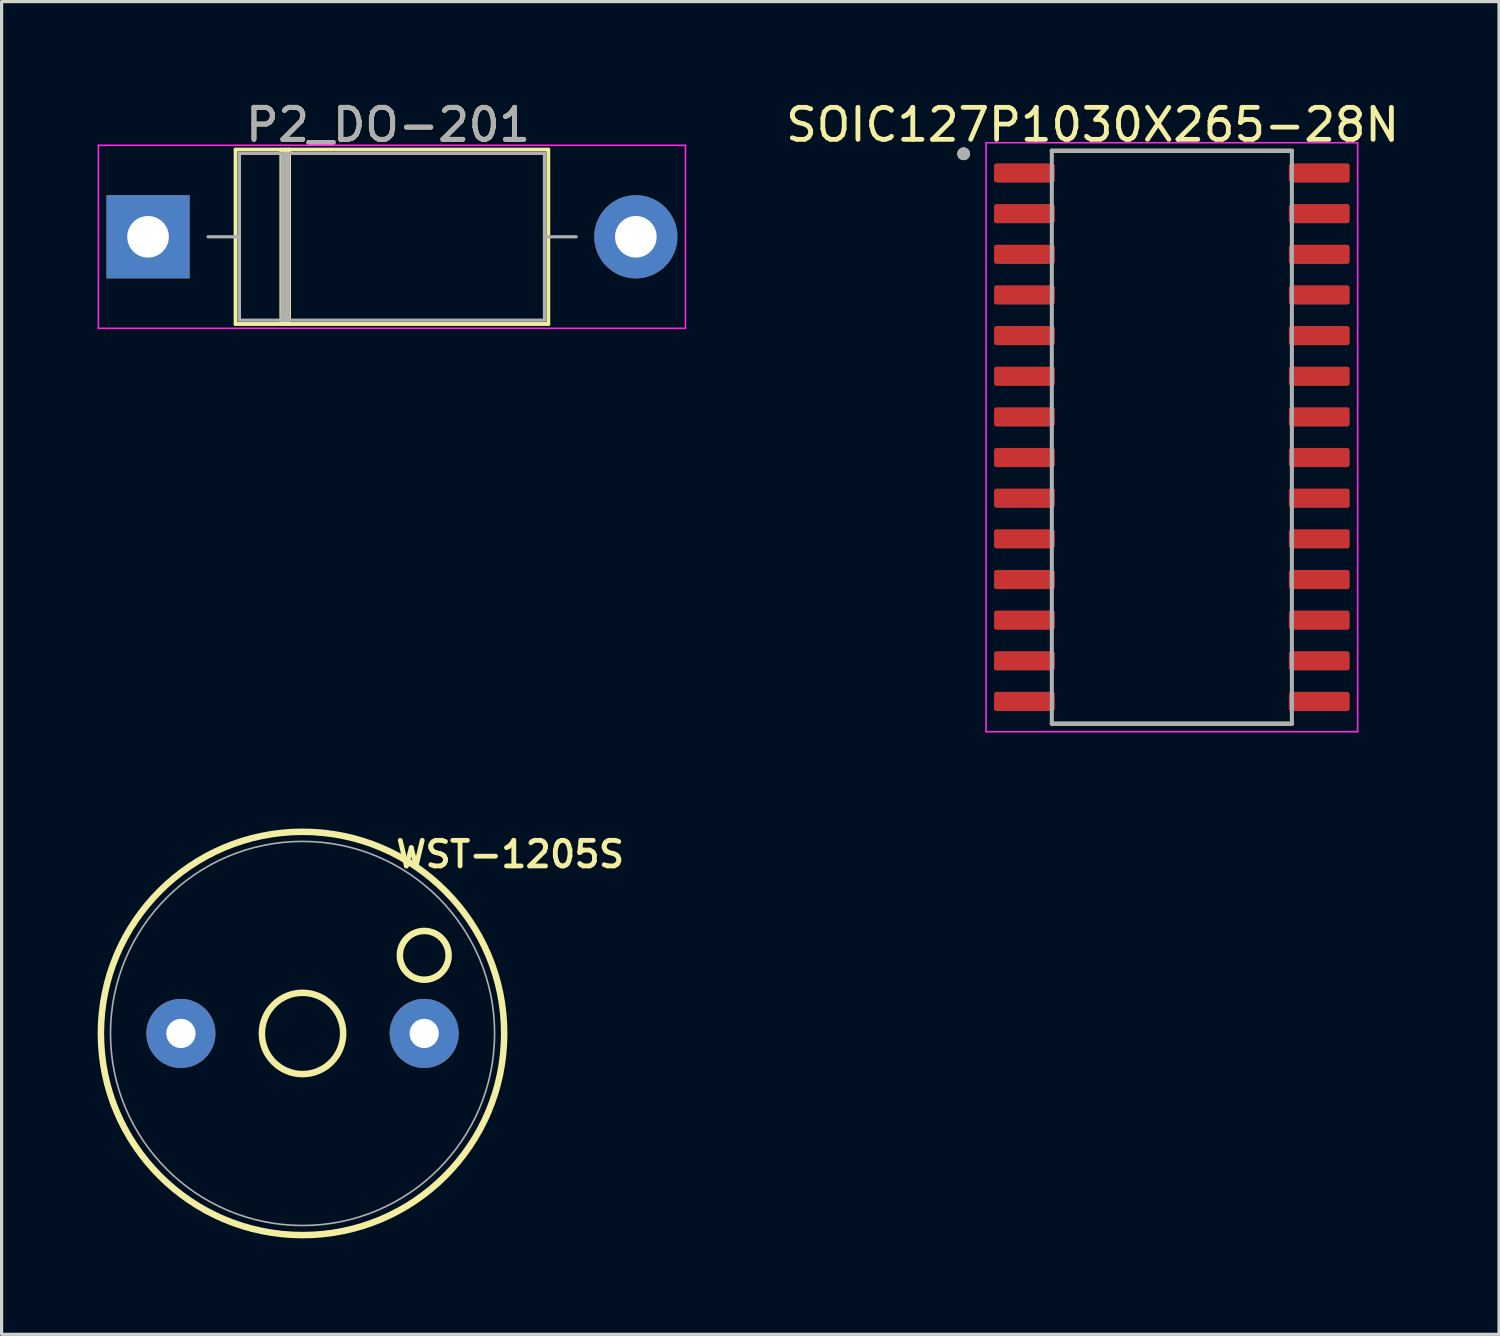
<source format=kicad_pcb>
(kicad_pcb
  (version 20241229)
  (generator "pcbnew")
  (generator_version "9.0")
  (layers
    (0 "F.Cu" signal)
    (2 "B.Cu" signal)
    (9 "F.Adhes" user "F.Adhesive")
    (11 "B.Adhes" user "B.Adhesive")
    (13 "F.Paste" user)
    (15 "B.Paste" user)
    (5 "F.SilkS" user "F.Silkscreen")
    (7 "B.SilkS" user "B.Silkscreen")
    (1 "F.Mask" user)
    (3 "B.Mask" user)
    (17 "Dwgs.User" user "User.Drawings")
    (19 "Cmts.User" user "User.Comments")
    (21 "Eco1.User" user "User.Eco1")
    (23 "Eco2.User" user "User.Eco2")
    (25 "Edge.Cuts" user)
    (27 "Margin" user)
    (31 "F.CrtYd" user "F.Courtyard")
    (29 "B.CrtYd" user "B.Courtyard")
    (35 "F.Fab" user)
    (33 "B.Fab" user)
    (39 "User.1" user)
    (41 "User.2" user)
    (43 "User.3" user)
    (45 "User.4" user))
  (footprint "WST-1205S"
    (layer "F.Cu")
    (at 6.402 29.237)
    (property "Reference" "WST-1205S" (at 6.486 -5.596 0) (layer "F.SilkS") (effects (font (size 0.801 0.801) (thickness 0.15))))
    (attr through_hole)
    (fp_circle (center 0 0) (end 1.27 0) (stroke (width 0.203) (type solid)) (fill no) (layer "F.SilkS"))
    (fp_circle (center 0 0) (end 6.3 0) (stroke (width 0.203) (type solid)) (fill no) (layer "F.SilkS"))
    (fp_circle (center 3.802 -2.44) (end 4.564 -2.44) (stroke (width 0.203) (type solid)) (fill no) (layer "F.SilkS"))
    (fp_circle (center 0 0) (end 6 0) (stroke (width 0.051) (type solid)) (fill no) (layer "F.Fab"))
    (pad "1" thru_hole circle (at 3.8 0) (size 2.159 2.159) (drill 0.914) (layers "*.Cu" "*.Mask"))
    (pad "2" thru_hole circle (at -3.8 0) (size 2.159 2.159) (drill 0.914) (layers "*.Cu" "*.Mask")))
  (footprint "SOIC127P1030X265-28N"
    (layer "F.Cu")
    (at 33.561 10.61)
    (property "Reference" "SOIC127P1030X265-28N" (at -2.475 -9.762 0) (layer "F.SilkS") (effects (font (size 1 1) (thickness 0.15))))
    (attr smd)
    (fp_line (start -3.75 -8.95) (end 3.75 -8.95) (stroke (width 0.127) (type solid)) (layer "F.SilkS"))
    (fp_line (start -3.75 8.95) (end 3.75 8.95) (stroke (width 0.127) (type solid)) (layer "F.SilkS"))
    (fp_circle (center -6.505 -8.855) (end -6.405 -8.855) (stroke (width 0.2) (type solid)) (fill no) (layer "F.SilkS"))
    (fp_line (start -5.805 -9.2) (end -5.805 9.2) (stroke (width 0.05) (type solid)) (layer "F.CrtYd"))
    (fp_line (start -5.805 -9.2) (end 5.805 -9.2) (stroke (width 0.05) (type solid)) (layer "F.CrtYd"))
    (fp_line (start -5.805 9.2) (end 5.805 9.2) (stroke (width 0.05) (type solid)) (layer "F.CrtYd"))
    (fp_line (start 5.805 -9.2) (end 5.805 9.2) (stroke (width 0.05) (type solid)) (layer "F.CrtYd"))
    (fp_line (start -3.75 -8.95) (end -3.75 8.95) (stroke (width 0.127) (type solid)) (layer "F.Fab"))
    (fp_line (start -3.75 -8.95) (end 3.75 -8.95) (stroke (width 0.127) (type solid)) (layer "F.Fab"))
    (fp_line (start -3.75 8.95) (end 3.75 8.95) (stroke (width 0.127) (type solid)) (layer "F.Fab"))
    (fp_line (start 3.75 -8.95) (end 3.75 8.95) (stroke (width 0.127) (type solid)) (layer "F.Fab"))
    (fp_circle (center -6.505 -8.855) (end -6.405 -8.855) (stroke (width 0.2) (type solid)) (fill no) (layer "F.Fab"))
    (pad "1" smd roundrect (at -4.605 -8.255) (size 1.9 0.6) (layers "F.Cu" "F.Mask" "F.Paste") (roundrect_rratio 0.125))
    (pad "2" smd roundrect (at -4.605 -6.985) (size 1.9 0.6) (layers "F.Cu" "F.Mask" "F.Paste") (roundrect_rratio 0.125))
    (pad "3" smd roundrect (at -4.605 -5.715) (size 1.9 0.6) (layers "F.Cu" "F.Mask" "F.Paste") (roundrect_rratio 0.125))
    (pad "4" smd roundrect (at -4.605 -4.445) (size 1.9 0.6) (layers "F.Cu" "F.Mask" "F.Paste") (roundrect_rratio 0.125))
    (pad "5" smd roundrect (at -4.605 -3.175) (size 1.9 0.6) (layers "F.Cu" "F.Mask" "F.Paste") (roundrect_rratio 0.125))
    (pad "6" smd roundrect (at -4.605 -1.905) (size 1.9 0.6) (layers "F.Cu" "F.Mask" "F.Paste") (roundrect_rratio 0.125))
    (pad "7" smd roundrect (at -4.605 -0.635) (size 1.9 0.6) (layers "F.Cu" "F.Mask" "F.Paste") (roundrect_rratio 0.125))
    (pad "8" smd roundrect (at -4.605 0.635) (size 1.9 0.6) (layers "F.Cu" "F.Mask" "F.Paste") (roundrect_rratio 0.125))
    (pad "9" smd roundrect (at -4.605 1.905) (size 1.9 0.6) (layers "F.Cu" "F.Mask" "F.Paste") (roundrect_rratio 0.125))
    (pad "10" smd roundrect (at -4.605 3.175) (size 1.9 0.6) (layers "F.Cu" "F.Mask" "F.Paste") (roundrect_rratio 0.125))
    (pad "11" smd roundrect (at -4.605 4.445) (size 1.9 0.6) (layers "F.Cu" "F.Mask" "F.Paste") (roundrect_rratio 0.125))
    (pad "12" smd roundrect (at -4.605 5.715) (size 1.9 0.6) (layers "F.Cu" "F.Mask" "F.Paste") (roundrect_rratio 0.125))
    (pad "13" smd roundrect (at -4.605 6.985) (size 1.9 0.6) (layers "F.Cu" "F.Mask" "F.Paste") (roundrect_rratio 0.125))
    (pad "14" smd roundrect (at -4.605 8.255) (size 1.9 0.6) (layers "F.Cu" "F.Mask" "F.Paste") (roundrect_rratio 0.125))
    (pad "15" smd roundrect (at 4.605 8.255) (size 1.9 0.6) (layers "F.Cu" "F.Mask" "F.Paste") (roundrect_rratio 0.125))
    (pad "16" smd roundrect (at 4.605 6.985) (size 1.9 0.6) (layers "F.Cu" "F.Mask" "F.Paste") (roundrect_rratio 0.125))
    (pad "17" smd roundrect (at 4.605 5.715) (size 1.9 0.6) (layers "F.Cu" "F.Mask" "F.Paste") (roundrect_rratio 0.125))
    (pad "18" smd roundrect (at 4.605 4.445) (size 1.9 0.6) (layers "F.Cu" "F.Mask" "F.Paste") (roundrect_rratio 0.125))
    (pad "19" smd roundrect (at 4.605 3.175) (size 1.9 0.6) (layers "F.Cu" "F.Mask" "F.Paste") (roundrect_rratio 0.125))
    (pad "20" smd roundrect (at 4.605 1.905) (size 1.9 0.6) (layers "F.Cu" "F.Mask" "F.Paste") (roundrect_rratio 0.125))
    (pad "21" smd roundrect (at 4.605 0.635) (size 1.9 0.6) (layers "F.Cu" "F.Mask" "F.Paste") (roundrect_rratio 0.125))
    (pad "22" smd roundrect (at 4.605 -0.635) (size 1.9 0.6) (layers "F.Cu" "F.Mask" "F.Paste") (roundrect_rratio 0.125))
    (pad "23" smd roundrect (at 4.605 -1.905) (size 1.9 0.6) (layers "F.Cu" "F.Mask" "F.Paste") (roundrect_rratio 0.125))
    (pad "24" smd roundrect (at 4.605 -3.175) (size 1.9 0.6) (layers "F.Cu" "F.Mask" "F.Paste") (roundrect_rratio 0.125))
    (pad "25" smd roundrect (at 4.605 -4.445) (size 1.9 0.6) (layers "F.Cu" "F.Mask" "F.Paste") (roundrect_rratio 0.125))
    (pad "26" smd roundrect (at 4.605 -5.715) (size 1.9 0.6) (layers "F.Cu" "F.Mask" "F.Paste") (roundrect_rratio 0.125))
    (pad "27" smd roundrect (at 4.605 -6.985) (size 1.9 0.6) (layers "F.Cu" "F.Mask" "F.Paste") (roundrect_rratio 0.125))
    (pad "28" smd roundrect (at 4.605 -8.255) (size 1.9 0.6) (layers "F.Cu" "F.Mask" "F.Paste") (roundrect_rratio 0.125)))
  (footprint "P2_DO-201"
    (layer "F.Cu")
    (at 1.575 4.348)
    (property "Reference" "P2_DO-201" (at 7.5 -3.5 0) (layer "F.SilkS") (effects (font (size 1 1) (thickness 0.15))))
    (attr through_hole)
    (fp_line (start 2.735 -2.725) (end 2.735 2.725) (stroke (width 0.12) (type solid)) (layer "F.SilkS"))
    (fp_line (start 2.735 2.725) (end 12.505 2.725) (stroke (width 0.12) (type solid)) (layer "F.SilkS"))
    (fp_line (start 4.165 -2.725) (end 4.165 2.725) (stroke (width 0.12) (type solid)) (layer "F.SilkS"))
    (fp_line (start 4.285 -2.725) (end 4.285 2.725) (stroke (width 0.12) (type solid)) (layer "F.SilkS"))
    (fp_line (start 4.404 -2.725) (end 4.404 2.725) (stroke (width 0.12) (type solid)) (layer "F.SilkS"))
    (fp_line (start 12.505 -2.725) (end 2.735 -2.725) (stroke (width 0.12) (type solid)) (layer "F.SilkS"))
    (fp_line (start 12.505 -2.725) (end 12.505 2.725) (stroke (width 0.12) (type solid)) (layer "F.SilkS"))
    (fp_line (start -1.55 -2.86) (end -1.55 2.86) (stroke (width 0.05) (type solid)) (layer "F.CrtYd"))
    (fp_line (start -1.55 2.86) (end 16.79 2.86) (stroke (width 0.05) (type solid)) (layer "F.CrtYd"))
    (fp_line (start 16.79 -2.86) (end -1.55 -2.86) (stroke (width 0.05) (type solid)) (layer "F.CrtYd"))
    (fp_line (start 16.79 2.86) (end 16.79 -2.86) (stroke (width 0.05) (type solid)) (layer "F.CrtYd"))
    (fp_line (start 1.875 0) (end 2.855 0) (stroke (width 0.1) (type solid)) (layer "F.Fab"))
    (fp_line (start 2.855 -2.605) (end 2.855 2.605) (stroke (width 0.1) (type solid)) (layer "F.Fab"))
    (fp_line (start 2.855 2.605) (end 12.385 2.605) (stroke (width 0.1) (type solid)) (layer "F.Fab"))
    (fp_line (start 4.184 -2.605) (end 4.184 2.605) (stroke (width 0.1) (type solid)) (layer "F.Fab"))
    (fp_line (start 4.285 -2.605) (end 4.285 2.605) (stroke (width 0.1) (type solid)) (layer "F.Fab"))
    (fp_line (start 4.385 -2.605) (end 4.385 2.605) (stroke (width 0.1) (type solid)) (layer "F.Fab"))
    (fp_line (start 12.385 -2.605) (end 2.855 -2.605) (stroke (width 0.1) (type solid)) (layer "F.Fab"))
    (fp_line (start 12.385 2.605) (end 12.385 -2.605) (stroke (width 0.1) (type solid)) (layer "F.Fab"))
    (fp_line (start 13.375 0) (end 12.385 0) (stroke (width 0.1) (type solid)) (layer "F.Fab"))
    (fp_text user "${REFERENCE}" (at 7.5 -3.5 0) (layer "F.Fab") (effects (font (size 1 1) (thickness 0.15))))
    (pad "1" thru_hole rect (at 0 0) (size 2.6 2.6) (drill 1.3) (layers "*.Cu" "*.Mask"))
    (pad "2" thru_hole oval (at 15.24 0) (size 2.6 2.6) (drill 1.3) (layers "*.Cu" "*.Mask")))
  (gr_rect
    (start -3 -3)
    (end 43.783 38.638)
    (stroke (width 0.1) (type default))
    (fill no)
    (layer "Edge.Cuts")))
</source>
